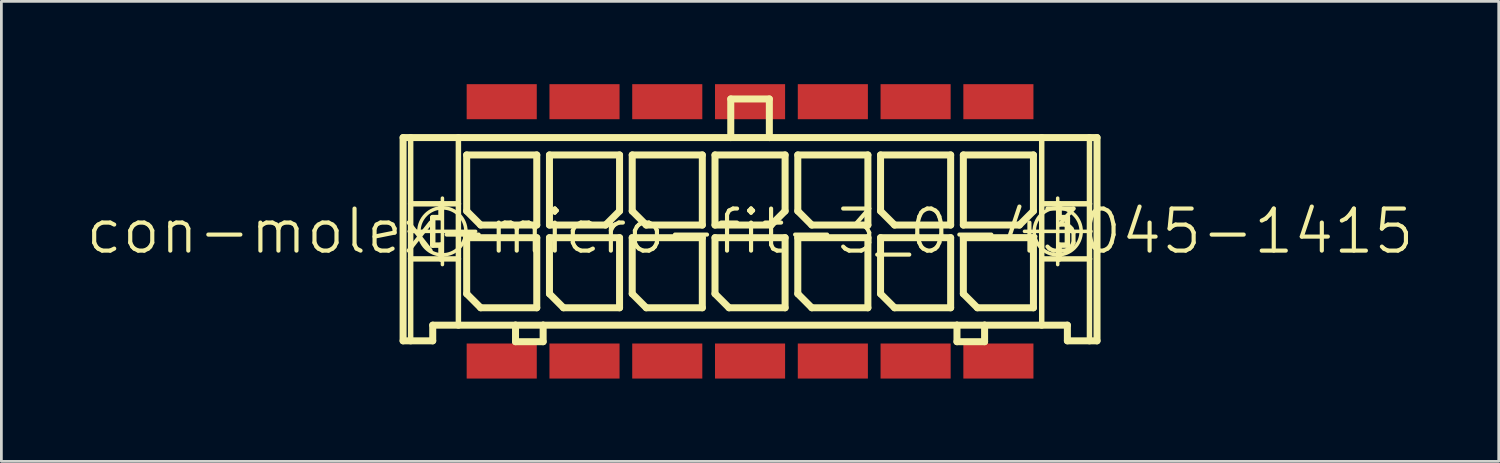
<source format=kicad_pcb>
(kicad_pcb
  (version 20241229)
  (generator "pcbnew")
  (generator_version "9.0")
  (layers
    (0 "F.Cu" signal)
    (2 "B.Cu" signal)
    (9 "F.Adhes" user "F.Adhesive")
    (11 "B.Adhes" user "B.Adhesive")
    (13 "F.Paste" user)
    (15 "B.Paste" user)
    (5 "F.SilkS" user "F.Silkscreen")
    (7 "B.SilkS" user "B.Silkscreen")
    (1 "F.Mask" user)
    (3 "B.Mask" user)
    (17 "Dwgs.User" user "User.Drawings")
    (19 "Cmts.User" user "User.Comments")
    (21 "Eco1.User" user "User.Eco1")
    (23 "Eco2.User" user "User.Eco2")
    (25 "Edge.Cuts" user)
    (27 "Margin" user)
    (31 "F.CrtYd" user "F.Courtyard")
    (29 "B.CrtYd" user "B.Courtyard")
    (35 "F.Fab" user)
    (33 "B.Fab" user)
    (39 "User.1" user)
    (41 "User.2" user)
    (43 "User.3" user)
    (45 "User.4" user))
  (footprint "con-molex-micro-fit-3_0-43045-1415"
    (layer "F.Cu")
    (at 24.13 5.334)
    (property "Reference" "con-molex-micro-fit-3_0-43045-1415" (at 0 0 0) (layer "F.SilkS") (effects (font (size 1.524 1.524) (thickness 0.15))))
    (attr smd)
    (fp_line (start -12.573 -3.399) (end -12.299 -3.399) (stroke (width 0.254) (type solid)) (layer "F.SilkS"))
    (fp_line (start -12.573 3.967) (end -12.573 -3.399) (stroke (width 0.254) (type solid)) (layer "F.SilkS"))
    (fp_line (start -12.355 0) (end -9.944 0) (stroke (width 0.127) (type solid)) (layer "F.SilkS"))
    (fp_line (start -12.299 -3.399) (end -10.569 -3.399) (stroke (width 0.254) (type solid)) (layer "F.SilkS"))
    (fp_line (start -12.299 -0.998) (end -12.299 -3.399) (stroke (width 0.198) (type solid)) (layer "F.SilkS"))
    (fp_line (start -12.299 0.998) (end -12.299 -0.998) (stroke (width 0.198) (type solid)) (layer "F.SilkS"))
    (fp_line (start -12.299 3.967) (end -12.573 3.967) (stroke (width 0.254) (type solid)) (layer "F.SilkS"))
    (fp_line (start -12.299 3.967) (end -12.299 0.998) (stroke (width 0.198) (type solid)) (layer "F.SilkS"))
    (fp_line (start -11.499 -0.498) (end -11.499 0.498) (stroke (width 0.198) (type solid)) (layer "F.SilkS"))
    (fp_line (start -11.499 0.498) (end -11.199 0.498) (stroke (width 0.198) (type solid)) (layer "F.SilkS"))
    (fp_line (start -11.499 3.399) (end -11.499 3.967) (stroke (width 0.254) (type solid)) (layer "F.SilkS"))
    (fp_line (start -11.499 3.967) (end -12.299 3.967) (stroke (width 0.254) (type solid)) (layer "F.SilkS"))
    (fp_line (start -11.199 -0.998) (end -12.299 -0.998) (stroke (width 0.198) (type solid)) (layer "F.SilkS"))
    (fp_line (start -11.199 -0.998) (end -11.199 -0.498) (stroke (width 0.198) (type solid)) (layer "F.SilkS"))
    (fp_line (start -11.199 -0.498) (end -11.499 -0.498) (stroke (width 0.198) (type solid)) (layer "F.SilkS"))
    (fp_line (start -11.199 0.498) (end -11.199 0.998) (stroke (width 0.198) (type solid)) (layer "F.SilkS"))
    (fp_line (start -11.199 0.998) (end -12.299 0.998) (stroke (width 0.198) (type solid)) (layer "F.SilkS"))
    (fp_line (start -11.148 1.204) (end -11.148 -1.204) (stroke (width 0.127) (type solid)) (layer "F.SilkS"))
    (fp_line (start -10.569 -3.399) (end -0.699 -3.399) (stroke (width 0.254) (type solid)) (layer "F.SilkS"))
    (fp_line (start -10.569 -0.998) (end -11.199 -0.998) (stroke (width 0.198) (type solid)) (layer "F.SilkS"))
    (fp_line (start -10.569 -0.998) (end -10.569 -3.399) (stroke (width 0.198) (type solid)) (layer "F.SilkS"))
    (fp_line (start -10.569 0.998) (end -11.199 0.998) (stroke (width 0.198) (type solid)) (layer "F.SilkS"))
    (fp_line (start -10.569 0.998) (end -10.569 -0.998) (stroke (width 0.198) (type solid)) (layer "F.SilkS"))
    (fp_line (start -10.569 3.399) (end -11.499 3.399) (stroke (width 0.254) (type solid)) (layer "F.SilkS"))
    (fp_line (start -10.569 3.399) (end -10.569 0.998) (stroke (width 0.198) (type solid)) (layer "F.SilkS"))
    (fp_line (start -10.269 -2.769) (end -7.729 -2.769) (stroke (width 0.254) (type solid)) (layer "F.SilkS"))
    (fp_line (start -10.269 -0.737) (end -10.269 -2.769) (stroke (width 0.254) (type solid)) (layer "F.SilkS"))
    (fp_line (start -10.269 0.229) (end -7.729 0.229) (stroke (width 0.254) (type solid)) (layer "F.SilkS"))
    (fp_line (start -10.269 2.261) (end -10.269 0.229) (stroke (width 0.254) (type solid)) (layer "F.SilkS"))
    (fp_line (start -9.761 -0.229) (end -10.269 -0.737) (stroke (width 0.254) (type solid)) (layer "F.SilkS"))
    (fp_line (start -9.761 2.769) (end -10.269 2.261) (stroke (width 0.254) (type solid)) (layer "F.SilkS"))
    (fp_line (start -8.499 3.399) (end -10.569 3.399) (stroke (width 0.254) (type solid)) (layer "F.SilkS"))
    (fp_line (start -8.499 3.399) (end -8.499 3.998) (stroke (width 0.254) (type solid)) (layer "F.SilkS"))
    (fp_line (start -8.499 3.998) (end -7.498 3.998) (stroke (width 0.254) (type solid)) (layer "F.SilkS"))
    (fp_line (start -7.729 -2.769) (end -7.729 -0.229) (stroke (width 0.254) (type solid)) (layer "F.SilkS"))
    (fp_line (start -7.729 -0.229) (end -9.761 -0.229) (stroke (width 0.254) (type solid)) (layer "F.SilkS"))
    (fp_line (start -7.729 0.229) (end -7.729 2.769) (stroke (width 0.254) (type solid)) (layer "F.SilkS"))
    (fp_line (start -7.729 2.769) (end -9.761 2.769) (stroke (width 0.254) (type solid)) (layer "F.SilkS"))
    (fp_line (start -7.498 3.399) (end -8.499 3.399) (stroke (width 0.254) (type solid)) (layer "F.SilkS"))
    (fp_line (start -7.498 3.998) (end -7.498 3.399) (stroke (width 0.254) (type solid)) (layer "F.SilkS"))
    (fp_line (start -7.269 -2.769) (end -7.269 -0.229) (stroke (width 0.254) (type solid)) (layer "F.SilkS"))
    (fp_line (start -7.269 -0.229) (end -5.237 -0.229) (stroke (width 0.254) (type solid)) (layer "F.SilkS"))
    (fp_line (start -7.269 0.229) (end -4.729 0.229) (stroke (width 0.254) (type solid)) (layer "F.SilkS"))
    (fp_line (start -7.269 2.261) (end -7.269 0.229) (stroke (width 0.254) (type solid)) (layer "F.SilkS"))
    (fp_line (start -6.761 2.769) (end -7.269 2.261) (stroke (width 0.254) (type solid)) (layer "F.SilkS"))
    (fp_line (start -5.237 -0.229) (end -4.729 -0.737) (stroke (width 0.254) (type solid)) (layer "F.SilkS"))
    (fp_line (start -4.729 -2.769) (end -7.269 -2.769) (stroke (width 0.254) (type solid)) (layer "F.SilkS"))
    (fp_line (start -4.729 -0.737) (end -4.729 -2.769) (stroke (width 0.254) (type solid)) (layer "F.SilkS"))
    (fp_line (start -4.729 0.229) (end -4.729 2.769) (stroke (width 0.254) (type solid)) (layer "F.SilkS"))
    (fp_line (start -4.729 2.769) (end -6.761 2.769) (stroke (width 0.254) (type solid)) (layer "F.SilkS"))
    (fp_line (start -4.27 -2.769) (end -1.73 -2.769) (stroke (width 0.254) (type solid)) (layer "F.SilkS"))
    (fp_line (start -4.27 -0.737) (end -4.27 -2.769) (stroke (width 0.254) (type solid)) (layer "F.SilkS"))
    (fp_line (start -4.27 0.229) (end -1.73 0.229) (stroke (width 0.254) (type solid)) (layer "F.SilkS"))
    (fp_line (start -4.27 2.261) (end -4.27 0.229) (stroke (width 0.254) (type solid)) (layer "F.SilkS"))
    (fp_line (start -3.762 -0.229) (end -4.27 -0.737) (stroke (width 0.254) (type solid)) (layer "F.SilkS"))
    (fp_line (start -3.762 2.769) (end -4.27 2.261) (stroke (width 0.254) (type solid)) (layer "F.SilkS"))
    (fp_line (start -1.73 -2.769) (end -1.73 -0.229) (stroke (width 0.254) (type solid)) (layer "F.SilkS"))
    (fp_line (start -1.73 -0.229) (end -3.762 -0.229) (stroke (width 0.254) (type solid)) (layer "F.SilkS"))
    (fp_line (start -1.73 0.229) (end -1.73 2.769) (stroke (width 0.254) (type solid)) (layer "F.SilkS"))
    (fp_line (start -1.73 2.769) (end -3.762 2.769) (stroke (width 0.254) (type solid)) (layer "F.SilkS"))
    (fp_line (start -1.27 -2.769) (end -1.27 -0.229) (stroke (width 0.254) (type solid)) (layer "F.SilkS"))
    (fp_line (start -1.27 -0.229) (end 0.762 -0.229) (stroke (width 0.254) (type solid)) (layer "F.SilkS"))
    (fp_line (start -1.27 0.229) (end 1.27 0.229) (stroke (width 0.254) (type solid)) (layer "F.SilkS"))
    (fp_line (start -1.27 2.261) (end -1.27 0.229) (stroke (width 0.254) (type solid)) (layer "F.SilkS"))
    (fp_line (start -0.762 2.769) (end -1.27 2.261) (stroke (width 0.254) (type solid)) (layer "F.SilkS"))
    (fp_line (start -0.699 -4.798) (end -0.699 -3.399) (stroke (width 0.254) (type solid)) (layer "F.SilkS"))
    (fp_line (start -0.699 -4.798) (end 0.699 -4.798) (stroke (width 0.254) (type solid)) (layer "F.SilkS"))
    (fp_line (start -0.699 -3.399) (end 0.699 -3.399) (stroke (width 0.254) (type solid)) (layer "F.SilkS"))
    (fp_line (start 0.699 -4.798) (end 0.699 -3.399) (stroke (width 0.254) (type solid)) (layer "F.SilkS"))
    (fp_line (start 0.699 -3.399) (end 10.569 -3.399) (stroke (width 0.254) (type solid)) (layer "F.SilkS"))
    (fp_line (start 0.762 -0.229) (end 1.27 -0.737) (stroke (width 0.254) (type solid)) (layer "F.SilkS"))
    (fp_line (start 1.27 -2.769) (end -1.27 -2.769) (stroke (width 0.254) (type solid)) (layer "F.SilkS"))
    (fp_line (start 1.27 -0.737) (end 1.27 -2.769) (stroke (width 0.254) (type solid)) (layer "F.SilkS"))
    (fp_line (start 1.27 0.229) (end 1.27 2.769) (stroke (width 0.254) (type solid)) (layer "F.SilkS"))
    (fp_line (start 1.27 2.769) (end -0.762 2.769) (stroke (width 0.254) (type solid)) (layer "F.SilkS"))
    (fp_line (start 1.73 -2.769) (end 4.27 -2.769) (stroke (width 0.254) (type solid)) (layer "F.SilkS"))
    (fp_line (start 1.73 -0.737) (end 1.73 -2.769) (stroke (width 0.254) (type solid)) (layer "F.SilkS"))
    (fp_line (start 1.73 0.229) (end 4.27 0.229) (stroke (width 0.254) (type solid)) (layer "F.SilkS"))
    (fp_line (start 1.73 2.261) (end 1.73 0.229) (stroke (width 0.254) (type solid)) (layer "F.SilkS"))
    (fp_line (start 2.238 -0.229) (end 1.73 -0.737) (stroke (width 0.254) (type solid)) (layer "F.SilkS"))
    (fp_line (start 2.238 2.769) (end 1.73 2.261) (stroke (width 0.254) (type solid)) (layer "F.SilkS"))
    (fp_line (start 4.27 -2.769) (end 4.27 -0.229) (stroke (width 0.254) (type solid)) (layer "F.SilkS"))
    (fp_line (start 4.27 -0.229) (end 2.238 -0.229) (stroke (width 0.254) (type solid)) (layer "F.SilkS"))
    (fp_line (start 4.27 0.229) (end 4.27 2.769) (stroke (width 0.254) (type solid)) (layer "F.SilkS"))
    (fp_line (start 4.27 2.769) (end 2.238 2.769) (stroke (width 0.254) (type solid)) (layer "F.SilkS"))
    (fp_line (start 4.729 -2.769) (end 7.269 -2.769) (stroke (width 0.254) (type solid)) (layer "F.SilkS"))
    (fp_line (start 4.729 -0.737) (end 4.729 -2.769) (stroke (width 0.254) (type solid)) (layer "F.SilkS"))
    (fp_line (start 4.729 0.229) (end 7.269 0.229) (stroke (width 0.254) (type solid)) (layer "F.SilkS"))
    (fp_line (start 4.729 2.261) (end 4.729 0.229) (stroke (width 0.254) (type solid)) (layer "F.SilkS"))
    (fp_line (start 5.237 -0.229) (end 4.729 -0.737) (stroke (width 0.254) (type solid)) (layer "F.SilkS"))
    (fp_line (start 5.237 2.769) (end 4.729 2.261) (stroke (width 0.254) (type solid)) (layer "F.SilkS"))
    (fp_line (start 7.269 -2.769) (end 7.269 -0.229) (stroke (width 0.254) (type solid)) (layer "F.SilkS"))
    (fp_line (start 7.269 -0.229) (end 5.237 -0.229) (stroke (width 0.254) (type solid)) (layer "F.SilkS"))
    (fp_line (start 7.269 0.229) (end 7.269 2.769) (stroke (width 0.254) (type solid)) (layer "F.SilkS"))
    (fp_line (start 7.269 2.769) (end 5.237 2.769) (stroke (width 0.254) (type solid)) (layer "F.SilkS"))
    (fp_line (start 7.498 3.399) (end -7.498 3.399) (stroke (width 0.254) (type solid)) (layer "F.SilkS"))
    (fp_line (start 7.498 3.399) (end 7.498 3.998) (stroke (width 0.254) (type solid)) (layer "F.SilkS"))
    (fp_line (start 7.498 3.998) (end 8.499 3.998) (stroke (width 0.254) (type solid)) (layer "F.SilkS"))
    (fp_line (start 7.729 -2.769) (end 7.729 -0.229) (stroke (width 0.254) (type solid)) (layer "F.SilkS"))
    (fp_line (start 7.729 -0.229) (end 9.761 -0.229) (stroke (width 0.254) (type solid)) (layer "F.SilkS"))
    (fp_line (start 7.729 0.229) (end 10.269 0.229) (stroke (width 0.254) (type solid)) (layer "F.SilkS"))
    (fp_line (start 7.729 2.261) (end 7.729 0.229) (stroke (width 0.254) (type solid)) (layer "F.SilkS"))
    (fp_line (start 8.237 2.769) (end 7.729 2.261) (stroke (width 0.254) (type solid)) (layer "F.SilkS"))
    (fp_line (start 8.499 3.399) (end 7.498 3.399) (stroke (width 0.254) (type solid)) (layer "F.SilkS"))
    (fp_line (start 8.499 3.998) (end 8.499 3.399) (stroke (width 0.254) (type solid)) (layer "F.SilkS"))
    (fp_line (start 9.761 -0.229) (end 10.269 -0.737) (stroke (width 0.254) (type solid)) (layer "F.SilkS"))
    (fp_line (start 9.944 0) (end 12.355 0) (stroke (width 0.127) (type solid)) (layer "F.SilkS"))
    (fp_line (start 10.269 -2.769) (end 7.729 -2.769) (stroke (width 0.254) (type solid)) (layer "F.SilkS"))
    (fp_line (start 10.269 -0.737) (end 10.269 -2.769) (stroke (width 0.254) (type solid)) (layer "F.SilkS"))
    (fp_line (start 10.269 0.229) (end 10.269 2.769) (stroke (width 0.254) (type solid)) (layer "F.SilkS"))
    (fp_line (start 10.269 2.769) (end 8.237 2.769) (stroke (width 0.254) (type solid)) (layer "F.SilkS"))
    (fp_line (start 10.569 -3.399) (end 10.569 -0.998) (stroke (width 0.198) (type solid)) (layer "F.SilkS"))
    (fp_line (start 10.569 -3.399) (end 12.299 -3.399) (stroke (width 0.254) (type solid)) (layer "F.SilkS"))
    (fp_line (start 10.569 -0.998) (end 10.569 0.998) (stroke (width 0.198) (type solid)) (layer "F.SilkS"))
    (fp_line (start 10.569 -0.998) (end 11.199 -0.998) (stroke (width 0.198) (type solid)) (layer "F.SilkS"))
    (fp_line (start 10.569 0.998) (end 10.569 3.399) (stroke (width 0.198) (type solid)) (layer "F.SilkS"))
    (fp_line (start 10.569 0.998) (end 11.199 0.998) (stroke (width 0.198) (type solid)) (layer "F.SilkS"))
    (fp_line (start 10.569 3.399) (end 8.499 3.399) (stroke (width 0.254) (type solid)) (layer "F.SilkS"))
    (fp_line (start 11.148 1.204) (end 11.148 -1.204) (stroke (width 0.127) (type solid)) (layer "F.SilkS"))
    (fp_line (start 11.199 -0.998) (end 11.199 -0.498) (stroke (width 0.198) (type solid)) (layer "F.SilkS"))
    (fp_line (start 11.199 -0.998) (end 12.299 -0.998) (stroke (width 0.198) (type solid)) (layer "F.SilkS"))
    (fp_line (start 11.199 -0.498) (end 11.499 -0.498) (stroke (width 0.198) (type solid)) (layer "F.SilkS"))
    (fp_line (start 11.199 0.498) (end 11.199 0.998) (stroke (width 0.198) (type solid)) (layer "F.SilkS"))
    (fp_line (start 11.199 0.998) (end 12.299 0.998) (stroke (width 0.198) (type solid)) (layer "F.SilkS"))
    (fp_line (start 11.499 -0.498) (end 11.499 0.498) (stroke (width 0.198) (type solid)) (layer "F.SilkS"))
    (fp_line (start 11.499 0.498) (end 11.199 0.498) (stroke (width 0.198) (type solid)) (layer "F.SilkS"))
    (fp_line (start 11.499 3.399) (end 10.569 3.399) (stroke (width 0.254) (type solid)) (layer "F.SilkS"))
    (fp_line (start 11.499 3.967) (end 11.499 3.399) (stroke (width 0.254) (type solid)) (layer "F.SilkS"))
    (fp_line (start 11.499 3.967) (end 12.299 3.967) (stroke (width 0.254) (type solid)) (layer "F.SilkS"))
    (fp_line (start 12.299 -3.399) (end 12.573 -3.399) (stroke (width 0.254) (type solid)) (layer "F.SilkS"))
    (fp_line (start 12.299 -0.998) (end 12.299 -3.399) (stroke (width 0.198) (type solid)) (layer "F.SilkS"))
    (fp_line (start 12.299 0.998) (end 12.299 -0.998) (stroke (width 0.198) (type solid)) (layer "F.SilkS"))
    (fp_line (start 12.299 3.967) (end 12.299 0.998) (stroke (width 0.198) (type solid)) (layer "F.SilkS"))
    (fp_line (start 12.299 3.967) (end 12.573 3.967) (stroke (width 0.254) (type solid)) (layer "F.SilkS"))
    (fp_line (start 12.573 -3.399) (end 12.573 3.967) (stroke (width 0.254) (type solid)) (layer "F.SilkS"))
    (fp_circle (center -11.148 0) (end -11.75 0.602) (stroke (width 0.127) (type solid)) (fill no) (layer "F.SilkS"))
    (fp_circle (center 11.148 0) (end 11.75 0.602) (stroke (width 0.127) (type solid)) (fill no) (layer "F.SilkS"))
    (pad "P$1" smd rect (at 8.999 4.699) (size 2.54 1.27) (layers "F.Cu" "F.Mask" "F.Paste"))
    (pad "P$2" smd rect (at 5.999 4.699) (size 2.54 1.27) (layers "F.Cu" "F.Mask" "F.Paste"))
    (pad "P$3" smd rect (at 3 4.699) (size 2.54 1.27) (layers "F.Cu" "F.Mask" "F.Paste"))
    (pad "P$4" smd rect (at 0 4.699) (size 2.54 1.27) (layers "F.Cu" "F.Mask" "F.Paste"))
    (pad "P$5" smd rect (at -3 4.699) (size 2.54 1.27) (layers "F.Cu" "F.Mask" "F.Paste"))
    (pad "P$6" smd rect (at -5.999 4.699) (size 2.54 1.27) (layers "F.Cu" "F.Mask" "F.Paste"))
    (pad "P$7" smd rect (at -8.999 4.699) (size 2.54 1.27) (layers "F.Cu" "F.Mask" "F.Paste"))
    (pad "P$8" smd rect (at 8.999 -4.699) (size 2.54 1.27) (layers "F.Cu" "F.Mask" "F.Paste"))
    (pad "P$9" smd rect (at 5.999 -4.699) (size 2.54 1.27) (layers "F.Cu" "F.Mask" "F.Paste"))
    (pad "P$10" smd rect (at 3 -4.699) (size 2.54 1.27) (layers "F.Cu" "F.Mask" "F.Paste"))
    (pad "P$11" smd rect (at 0 -4.699) (size 2.54 1.27) (layers "F.Cu" "F.Mask" "F.Paste"))
    (pad "P$12" smd rect (at -3 -4.699) (size 2.54 1.27) (layers "F.Cu" "F.Mask" "F.Paste"))
    (pad "P$13" smd rect (at -5.999 -4.699) (size 2.54 1.27) (layers "F.Cu" "F.Mask" "F.Paste"))
    (pad "P$14" smd rect (at -8.999 -4.699) (size 2.54 1.27) (layers "F.Cu" "F.Mask" "F.Paste")))
  (gr_rect
    (start -3 -3)
    (end 51.26 13.668)
    (stroke (width 0.1) (type default))
    (fill no)
    (layer "Edge.Cuts")))
</source>
